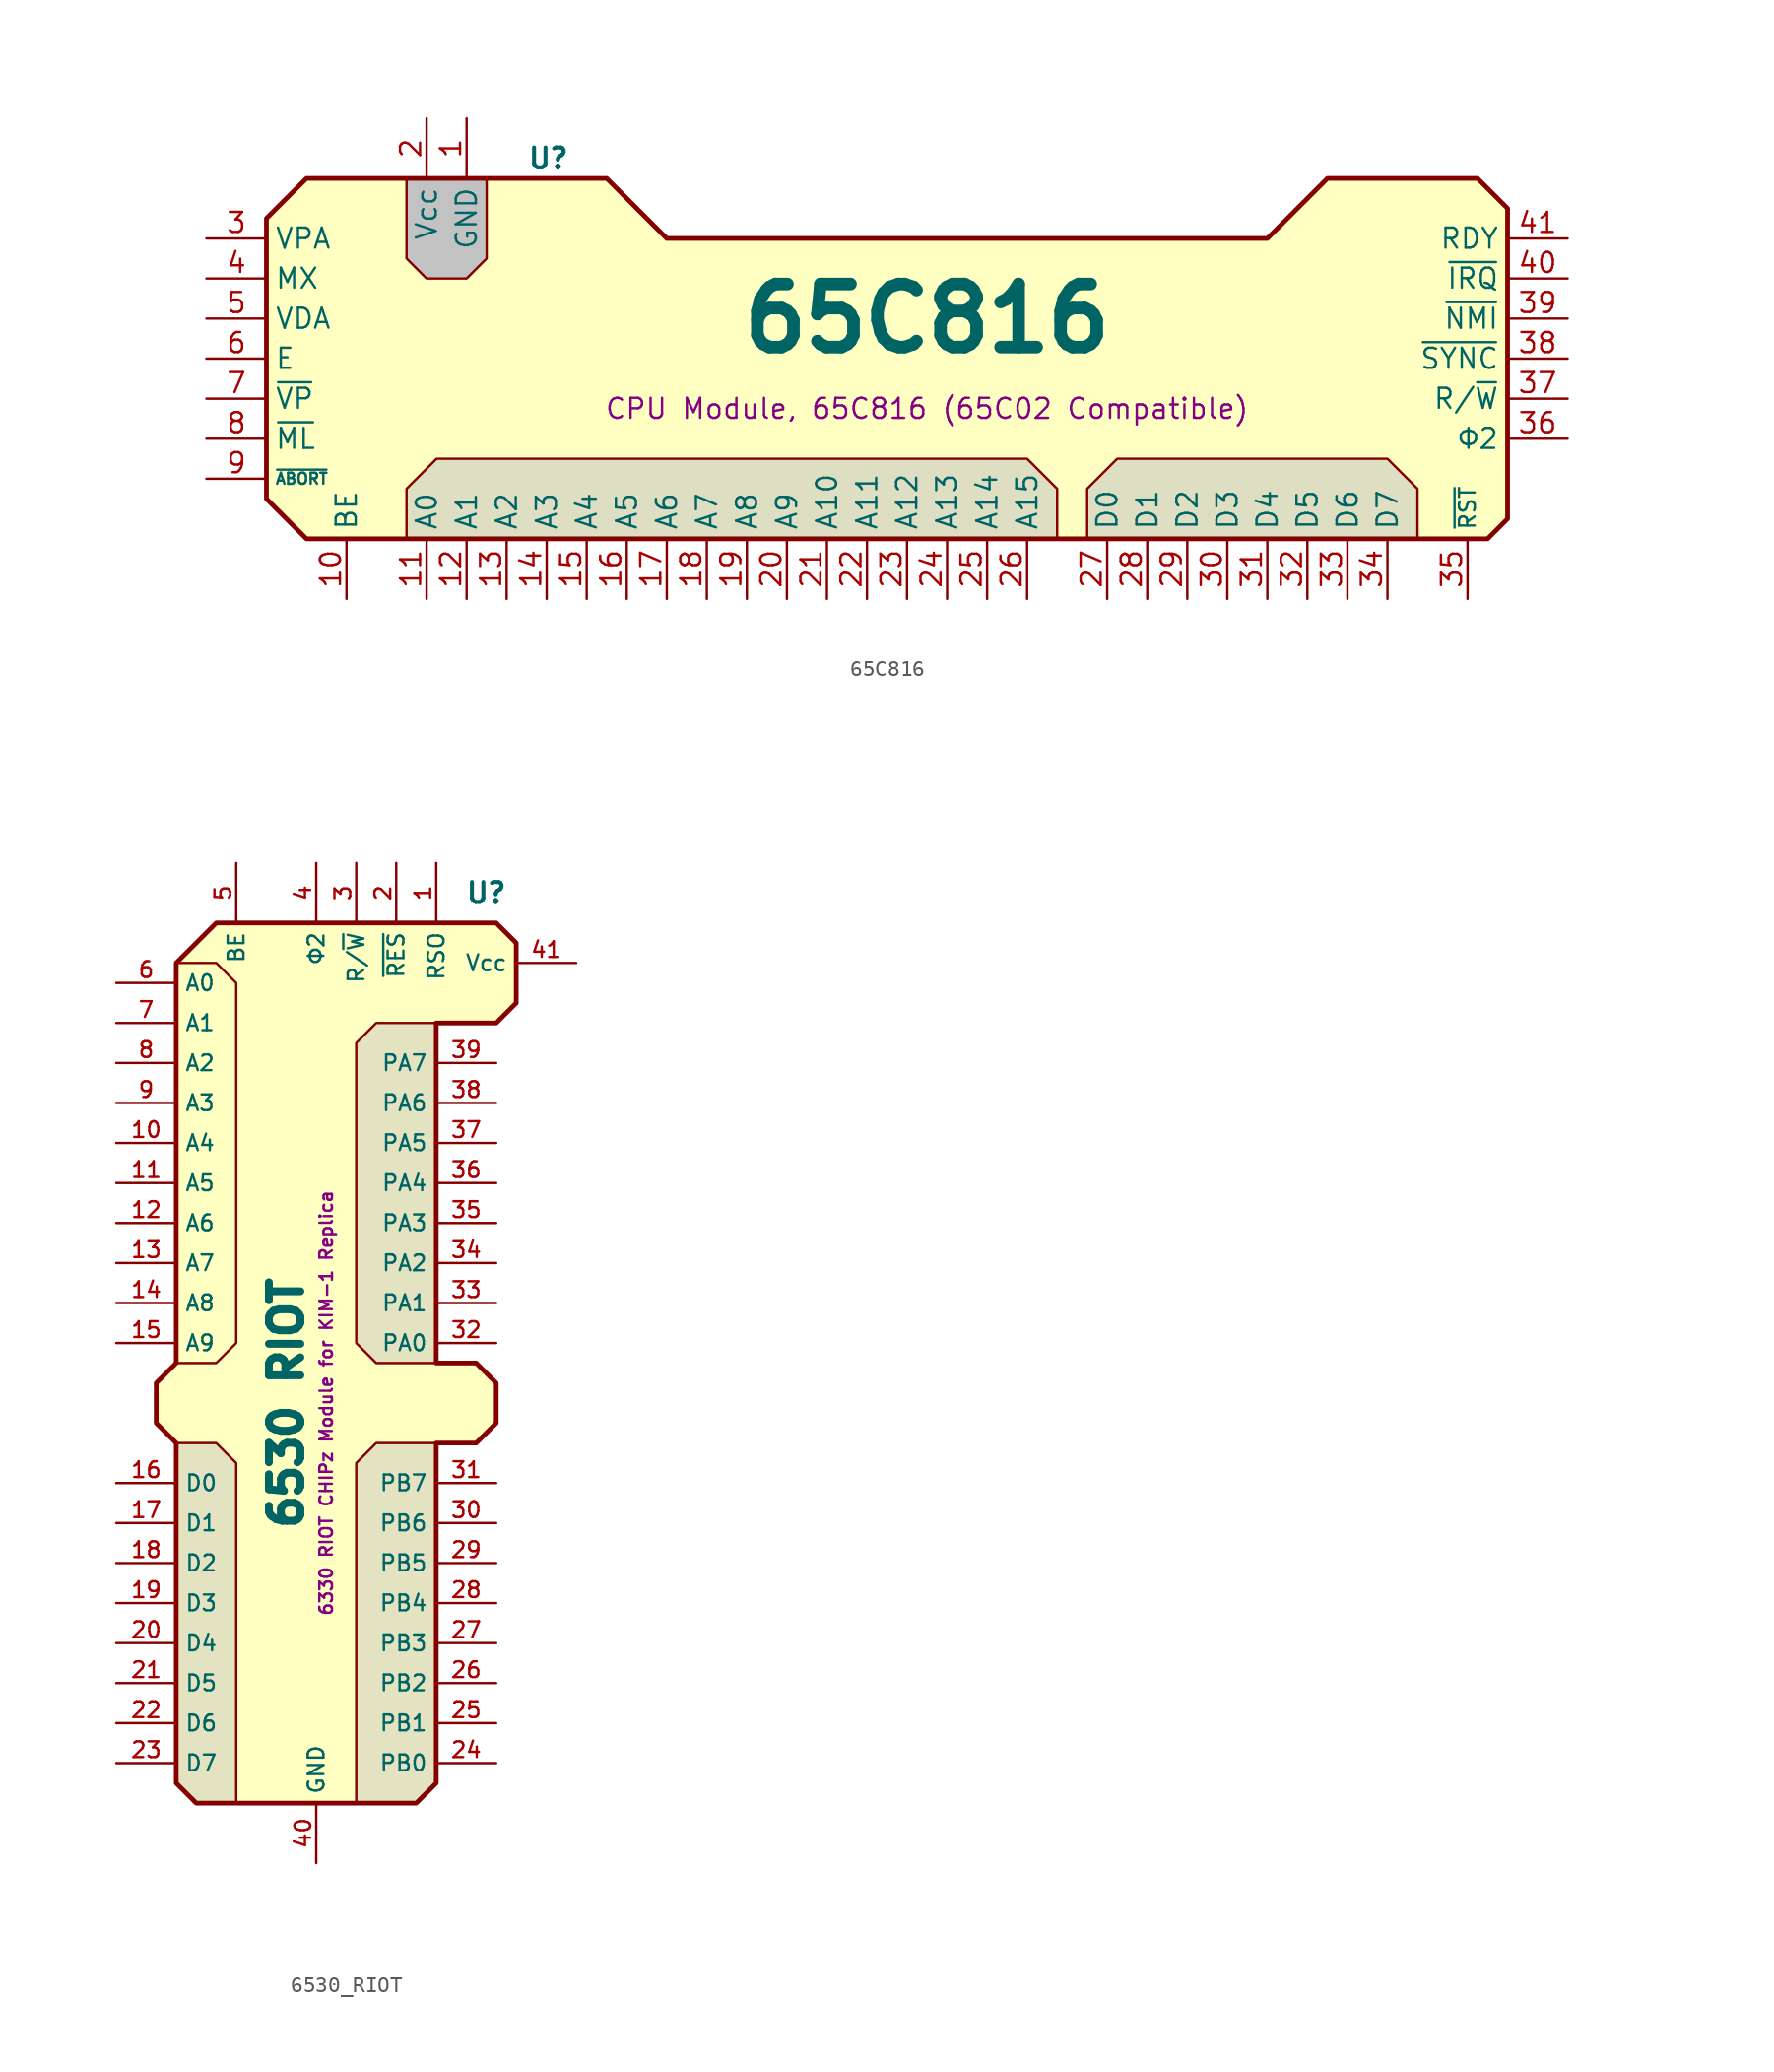
<source format=kicad_sym>
(kicad_symbol_lib
  (version 20241209)
  (generator "kicad_symbol_editor")
  (generator_version "9.0")
  (symbol "65C816"
    (property "Reference" "U"
      (at 6.35 2.54 0)
      (do_not_autoplace)
      (effects (font (size 1.27 1.27) (thickness 0.254) (bold yes)) (justify left)))
    (property "Value" "65C816"
      (at 31.75 -7.62 0)
      (do_not_autoplace)
      (effects (font (size 4 4) (thickness 0.8) (bold yes))))
    (property "Description" "CPU Module, 65C816 (65C02 Compatible)"
      (at 31.75 -13.335 0)
      (do_not_autoplace)
      (effects (font (size 1.27 1.27))))
    (symbol "65C816_1_1"
      (polyline (pts (xy -10.16 -1.27) (xy -10.16 -19.05) (xy -7.62 -21.59) (xy 67.31 -21.59) (xy 68.58 -20.32) (xy 68.58 -0.635) (xy 66.675 1.27) (xy 57.15 1.27) (xy 53.34 -2.54) (xy 15.24 -2.54) (xy 11.43 1.27) (xy -7.62 1.27) (xy -10.16 -1.27)) (stroke (width 0.3) (type solid)) (fill (type background)))
      (polyline (pts (xy -1.27 1.27) (xy -1.27 -3.81) (xy 0 -5.08) (xy 2.54 -5.08) (xy 3.81 -3.81) (xy 3.81 1.27) (xy -1.27 1.27)) (stroke (width 0) (type solid)) (fill (type color) (color 194 194 194 1)))
      (polyline (pts (xy -1.27 -21.59) (xy -1.27 -18.415) (xy 0.635 -16.51) (xy 38.1 -16.51) (xy 40.005 -18.415) (xy 40.005 -21.59)) (stroke (width 0) (type solid)) (fill (type color) (color 194 194 194 0.54)))
      (polyline (pts (xy 41.91 -21.59) (xy 41.91 -18.415) (xy 43.815 -16.51) (xy 60.96 -16.51) (xy 62.865 -18.415) (xy 62.865 -21.59)) (stroke (width 0) (type solid)) (fill (type color) (color 194 194 194 0.54)))
      (pin input line (at -13.97 -2.54 0) (length 3.81) (name "VPA" (effects (font (size 1.27 1.27)))) (number "3" (effects (font (size 1.27 1.27)))))
      (pin input line (at -13.97 -5.08 0) (length 3.81) (name "MX" (effects (font (size 1.27 1.27)))) (number "4" (effects (font (size 1.27 1.27)))))
      (pin input line (at -13.97 -7.62 0) (length 3.81) (name "VDA" (effects (font (size 1.27 1.27)))) (number "5" (effects (font (size 1.27 1.27)))))
      (pin input line (at -13.97 -10.16 0) (length 3.81) (name "E" (effects (font (size 1.27 1.27)))) (number "6" (effects (font (size 1.27 1.27)))))
      (pin input line (at -13.97 -12.7 0) (length 3.81) (name "~{VP}" (effects (font (size 1.27 1.27)))) (number "7" (effects (font (size 1.27 1.27)))))
      (pin input line (at -13.97 -15.24 0) (length 3.81) (name "~{ML}" (effects (font (size 1.27 1.27)))) (number "8" (effects (font (size 1.27 1.27)))))
      (pin input line (at -13.97 -17.78 0) (length 3.81) (name "~{ABORT}" (effects (font (size 0.7 0.7)))) (number "9" (effects (font (size 1.27 1.27)))))
      (pin input line (at -5.08 -25.4 90) (length 3.81) (name "BE" (effects (font (size 1.27 1.27)))) (number "10" (effects (font (size 1.27 1.27)))))
      (pin power_in line (at 0 5.08 270) (length 3.81) (name "Vcc" (effects (font (size 1.27 1.27)))) (number "2" (effects (font (size 1.27 1.27)))))
      (pin input line (at 0 -25.4 90) (length 3.81) (name "A0" (effects (font (size 1.27 1.27)))) (number "11" (effects (font (size 1.27 1.27)))))
      (pin power_in line (at 2.54 5.08 270) (length 3.81) (name "GND" (effects (font (size 1.27 1.27)))) (number "1" (effects (font (size 1.27 1.27)))))
      (pin input line (at 2.54 -25.4 90) (length 3.81) (name "A1" (effects (font (size 1.27 1.27)))) (number "12" (effects (font (size 1.27 1.27)))))
      (pin input line (at 5.08 -25.4 90) (length 3.81) (name "A2" (effects (font (size 1.27 1.27)))) (number "13" (effects (font (size 1.27 1.27)))))
      (pin input line (at 7.62 -25.4 90) (length 3.81) (name "A3" (effects (font (size 1.27 1.27)))) (number "14" (effects (font (size 1.27 1.27)))))
      (pin input line (at 10.16 -25.4 90) (length 3.81) (name "A4" (effects (font (size 1.27 1.27)))) (number "15" (effects (font (size 1.27 1.27)))))
      (pin input line (at 12.7 -25.4 90) (length 3.81) (name "A5" (effects (font (size 1.27 1.27)))) (number "16" (effects (font (size 1.27 1.27)))))
      (pin input line (at 15.24 -25.4 90) (length 3.81) (name "A6" (effects (font (size 1.27 1.27)))) (number "17" (effects (font (size 1.27 1.27)))))
      (pin input line (at 17.78 -25.4 90) (length 3.81) (name "A7" (effects (font (size 1.27 1.27)))) (number "18" (effects (font (size 1.27 1.27)))))
      (pin input line (at 20.32 -25.4 90) (length 3.81) (name "A8" (effects (font (size 1.27 1.27)))) (number "19" (effects (font (size 1.27 1.27)))))
      (pin input line (at 22.86 -25.4 90) (length 3.81) (name "A9" (effects (font (size 1.27 1.27)))) (number "20" (effects (font (size 1.27 1.27)))))
      (pin input line (at 25.4 -25.4 90) (length 3.81) (name "A10" (effects (font (size 1.27 1.27)))) (number "21" (effects (font (size 1.27 1.27)))))
      (pin input line (at 27.94 -25.4 90) (length 3.81) (name "A11" (effects (font (size 1.27 1.27)))) (number "22" (effects (font (size 1.27 1.27)))))
      (pin input line (at 30.48 -25.4 90) (length 3.81) (name "A12" (effects (font (size 1.27 1.27)))) (number "23" (effects (font (size 1.27 1.27)))))
      (pin input line (at 33.02 -25.4 90) (length 3.81) (name "A13" (effects (font (size 1.27 1.27)))) (number "24" (effects (font (size 1.27 1.27)))))
      (pin input line (at 35.56 -25.4 90) (length 3.81) (name "A14" (effects (font (size 1.27 1.27)))) (number "25" (effects (font (size 1.27 1.27)))))
      (pin input line (at 38.1 -25.4 90) (length 3.81) (name "A15" (effects (font (size 1.27 1.27)))) (number "26" (effects (font (size 1.27 1.27)))))
      (pin input line (at 43.18 -25.4 90) (length 3.81) (name "D0" (effects (font (size 1.27 1.27)))) (number "27" (effects (font (size 1.27 1.27)))))
      (pin input line (at 45.72 -25.4 90) (length 3.81) (name "D1" (effects (font (size 1.27 1.27)))) (number "28" (effects (font (size 1.27 1.27)))))
      (pin input line (at 48.26 -25.4 90) (length 3.81) (name "D2" (effects (font (size 1.27 1.27)))) (number "29" (effects (font (size 1.27 1.27)))))
      (pin input line (at 50.8 -25.4 90) (length 3.81) (name "D3" (effects (font (size 1.27 1.27)))) (number "30" (effects (font (size 1.27 1.27)))))
      (pin input line (at 53.34 -25.4 90) (length 3.81) (name "D4" (effects (font (size 1.27 1.27)))) (number "31" (effects (font (size 1.27 1.27)))))
      (pin input line (at 55.88 -25.4 90) (length 3.81) (name "D5" (effects (font (size 1.27 1.27)))) (number "32" (effects (font (size 1.27 1.27)))))
      (pin input line (at 58.42 -25.4 90) (length 3.81) (name "D6" (effects (font (size 1.27 1.27)))) (number "33" (effects (font (size 1.27 1.27)))))
      (pin input line (at 60.96 -25.4 90) (length 3.81) (name "D7" (effects (font (size 1.27 1.27)))) (number "34" (effects (font (size 1.27 1.27)))))
      (pin input line (at 66.04 -25.4 90) (length 3.81) (name "~{RST}" (effects (font (size 1 1)))) (number "35" (effects (font (size 1.27 1.27)))))
      (pin input line (at 72.39 -2.54 180) (length 3.81) (name "RDY" (effects (font (size 1.27 1.27)))) (number "41" (effects (font (size 1.27 1.27)))))
      (pin input line (at 72.39 -5.08 180) (length 3.81) (name "~{IRQ}" (effects (font (size 1.27 1.27)))) (number "40" (effects (font (size 1.27 1.27)))))
      (pin input line (at 72.39 -7.62 180) (length 3.81) (name "~{NMI}" (effects (font (size 1.27 1.27)))) (number "39" (effects (font (size 1.27 1.27)))))
      (pin input line (at 72.39 -10.16 180) (length 3.81) (name "~{SYNC}" (effects (font (size 1.27 1.27)))) (number "38" (effects (font (size 1.27 1.27)))))
      (pin input line (at 72.39 -12.7 180) (length 3.81) (name "R/~{W}" (effects (font (size 1.27 1.27)))) (number "37" (effects (font (size 1.27 1.27)))))
      (pin input line (at 72.39 -15.24 180) (length 3.81) (name "Φ2" (effects (font (size 1.27 1.27)))) (number "36" (effects (font (size 1.27 1.27)))))))
  (symbol "6530_RIOT"
    (property "Reference" "U"
      (at 10.795 32.385 0)
      (effects (font (size 1.27 1.27) (thickness 0.254) (bold yes))))
    (property "Value" "6530 RIOT"
      (at -1.905 0 90)
      (do_not_autoplace)
      (effects (font (size 2 2) (thickness 0.6) (bold yes))))
    (property "Description" "6330 RIOT CHIPz Module for KIM-1 Replica"
      (at 0.635 0 90)
      (do_not_autoplace)
      (effects (font (size 0.8 0.8))))
    (symbol "6530_RIOT_0_1"
      (polyline (pts (xy -8.89 27.94) (xy -6.35 27.94) (xy -5.08 26.67) (xy -5.08 3.81) (xy -6.35 2.54) (xy -8.89 2.54) (xy -8.89 27.94)) (stroke (width 0) (type default)) (fill (type color) (color 194 194 194 0.46)))
      (polyline (pts (xy -8.89 27.94) (xy -6.35 30.48) (xy 11.43 30.48) (xy 12.7 29.21) (xy 12.7 25.4) (xy 11.43 24.13) (xy 7.62 24.13) (xy 7.62 2.54) (xy 10.16 2.54) (xy 11.43 1.27) (xy 11.43 -1.27) (xy 10.16 -2.54) (xy 7.62 -2.54) (xy 7.62 -24.13) (xy 6.35 -25.4) (xy -7.62 -25.4) (xy -8.89 -24.13) (xy -8.89 -2.54) (xy -10.16 -1.27) (xy -10.16 1.27) (xy -8.89 2.54) (xy -8.89 27.94)) (stroke (width 0.3) (type default)) (fill (type background)))
      (polyline (pts (xy -8.89 -2.54) (xy -6.35 -2.54) (xy -5.08 -3.81) (xy -5.08 -25.4) (xy -7.62 -25.4) (xy -8.89 -24.13) (xy -8.89 -2.54)) (stroke (width 0) (type default)) (fill (type color) (color 194 194 194 0.46)))
      (polyline (pts (xy 7.62 24.13) (xy 3.81 24.13) (xy 2.54 22.86) (xy 2.54 3.81) (xy 3.81 2.54) (xy 7.62 2.54) (xy 7.62 24.13)) (stroke (width 0) (type default)) (fill (type color) (color 194 194 194 0.46)))
      (polyline (pts (xy 7.62 -2.54) (xy 3.81 -2.54) (xy 2.54 -3.81) (xy 2.54 -25.4) (xy 6.35 -25.4) (xy 7.62 -24.13) (xy 7.62 -2.54)) (stroke (width 0) (type default)) (fill (type color) (color 194 194 194 0.46))))
    (symbol "6530_RIOT_1_1"
      (pin input line (at -12.7 26.67 0) (length 3.81) (name "A0" (effects (font (size 1 1)))) (number "6" (effects (font (size 1 1)))))
      (pin input line (at -12.7 24.13 0) (length 3.81) (name "A1" (effects (font (size 1 1)))) (number "7" (effects (font (size 1 1)))))
      (pin input line (at -12.7 21.59 0) (length 3.81) (name "A2" (effects (font (size 1 1)))) (number "8" (effects (font (size 1 1)))))
      (pin input line (at -12.7 19.05 0) (length 3.81) (name "A3" (effects (font (size 1 1)))) (number "9" (effects (font (size 1 1)))))
      (pin input line (at -12.7 16.51 0) (length 3.81) (name "A4" (effects (font (size 1 1)))) (number "10" (effects (font (size 1 1)))))
      (pin input line (at -12.7 13.97 0) (length 3.81) (name "A5" (effects (font (size 1 1)))) (number "11" (effects (font (size 1 1)))))
      (pin input line (at -12.7 11.43 0) (length 3.81) (name "A6" (effects (font (size 1 1)))) (number "12" (effects (font (size 1 1)))))
      (pin input line (at -12.7 8.89 0) (length 3.81) (name "A7" (effects (font (size 1 1)))) (number "13" (effects (font (size 1 1)))))
      (pin input line (at -12.7 6.35 0) (length 3.81) (name "A8" (effects (font (size 1 1)))) (number "14" (effects (font (size 1 1)))))
      (pin input line (at -12.7 3.81 0) (length 3.81) (name "A9" (effects (font (size 1 1)))) (number "15" (effects (font (size 1 1)))))
      (pin bidirectional line (at -12.7 -5.08 0) (length 3.81) (name "D0" (effects (font (size 1 1)))) (number "16" (effects (font (size 1 1)))))
      (pin bidirectional line (at -12.7 -7.62 0) (length 3.81) (name "D1" (effects (font (size 1 1)))) (number "17" (effects (font (size 1 1)))))
      (pin bidirectional line (at -12.7 -10.16 0) (length 3.81) (name "D2" (effects (font (size 1 1)))) (number "18" (effects (font (size 1 1)))))
      (pin bidirectional line (at -12.7 -12.7 0) (length 3.81) (name "D3" (effects (font (size 1 1)))) (number "19" (effects (font (size 1 1)))))
      (pin bidirectional line (at -12.7 -15.24 0) (length 3.81) (name "D4" (effects (font (size 1 1)))) (number "20" (effects (font (size 1 1)))))
      (pin bidirectional line (at -12.7 -17.78 0) (length 3.81) (name "D5" (effects (font (size 1 1)))) (number "21" (effects (font (size 1 1)))))
      (pin bidirectional line (at -12.7 -20.32 0) (length 3.81) (name "D6" (effects (font (size 1 1)))) (number "22" (effects (font (size 1 1)))))
      (pin bidirectional line (at -12.7 -22.86 0) (length 3.81) (name "D7" (effects (font (size 1 1)))) (number "23" (effects (font (size 1 1)))))
      (pin input line (at -5.08 34.29 270) (length 3.81) (name "BE" (effects (font (size 1 1)))) (number "5" (effects (font (size 1 1)))))
      (pin input line (at 0 34.29 270) (length 3.81) (name "Φ2" (effects (font (size 1 1)))) (number "4" (effects (font (size 1 1)))))
      (pin power_in line (at 0 -29.21 90) (length 3.81) (name "GND" (effects (font (size 1 1)))) (number "40" (effects (font (size 1 1)))))
      (pin input line (at 2.54 34.29 270) (length 3.81) (name "R/~{W}" (effects (font (size 1 1)))) (number "3" (effects (font (size 1 1)))))
      (pin input line (at 5.08 34.29 270) (length 3.81) (name "~{RES}" (effects (font (size 1 1)))) (number "2" (effects (font (size 1 1)))))
      (pin input line (at 7.62 34.29 270) (length 3.81) (name "RSO" (effects (font (size 1 1)))) (number "1" (effects (font (size 1 1)))))
      (pin bidirectional line (at 11.43 21.59 180) (length 3.81) (name "PA7" (effects (font (size 1 1)))) (number "39" (effects (font (size 1 1)))))
      (pin bidirectional line (at 11.43 19.05 180) (length 3.81) (name "PA6" (effects (font (size 1 1)))) (number "38" (effects (font (size 1 1)))))
      (pin bidirectional line (at 11.43 16.51 180) (length 3.81) (name "PA5" (effects (font (size 1 1)))) (number "37" (effects (font (size 1 1)))))
      (pin bidirectional line (at 11.43 13.97 180) (length 3.81) (name "PA4" (effects (font (size 1 1)))) (number "36" (effects (font (size 1 1)))))
      (pin bidirectional line (at 11.43 11.43 180) (length 3.81) (name "PA3" (effects (font (size 1 1)))) (number "35" (effects (font (size 1 1)))))
      (pin bidirectional line (at 11.43 8.89 180) (length 3.81) (name "PA2" (effects (font (size 1 1)))) (number "34" (effects (font (size 1 1)))))
      (pin bidirectional line (at 11.43 6.35 180) (length 3.81) (name "PA1" (effects (font (size 1 1)))) (number "33" (effects (font (size 1 1)))))
      (pin bidirectional line (at 11.43 3.81 180) (length 3.81) (name "PA0" (effects (font (size 1 1)))) (number "32" (effects (font (size 1 1)))))
      (pin bidirectional line (at 11.43 -5.08 180) (length 3.81) (name "PB7" (effects (font (size 1 1)))) (number "31" (effects (font (size 1 1)))))
      (pin bidirectional line (at 11.43 -7.62 180) (length 3.81) (name "PB6" (effects (font (size 1 1)))) (number "30" (effects (font (size 1 1)))))
      (pin bidirectional line (at 11.43 -10.16 180) (length 3.81) (name "PB5" (effects (font (size 1 1)))) (number "29" (effects (font (size 1 1)))))
      (pin bidirectional line (at 11.43 -12.7 180) (length 3.81) (name "PB4" (effects (font (size 1 1)))) (number "28" (effects (font (size 1 1)))))
      (pin bidirectional line (at 11.43 -15.24 180) (length 3.81) (name "PB3" (effects (font (size 1 1)))) (number "27" (effects (font (size 1 1)))))
      (pin bidirectional line (at 11.43 -17.78 180) (length 3.81) (name "PB2" (effects (font (size 1 1)))) (number "26" (effects (font (size 1 1)))))
      (pin bidirectional line (at 11.43 -20.32 180) (length 3.81) (name "PB1" (effects (font (size 1 1)))) (number "25" (effects (font (size 1 1)))))
      (pin bidirectional line (at 11.43 -22.86 180) (length 3.81) (name "PB0" (effects (font (size 1 1)))) (number "24" (effects (font (size 1 1)))))
      (pin power_in line (at 16.51 27.94 180) (length 3.81) (name "Vcc" (effects (font (size 1 1)))) (number "41" (effects (font (size 1 1))))))))
</source>
